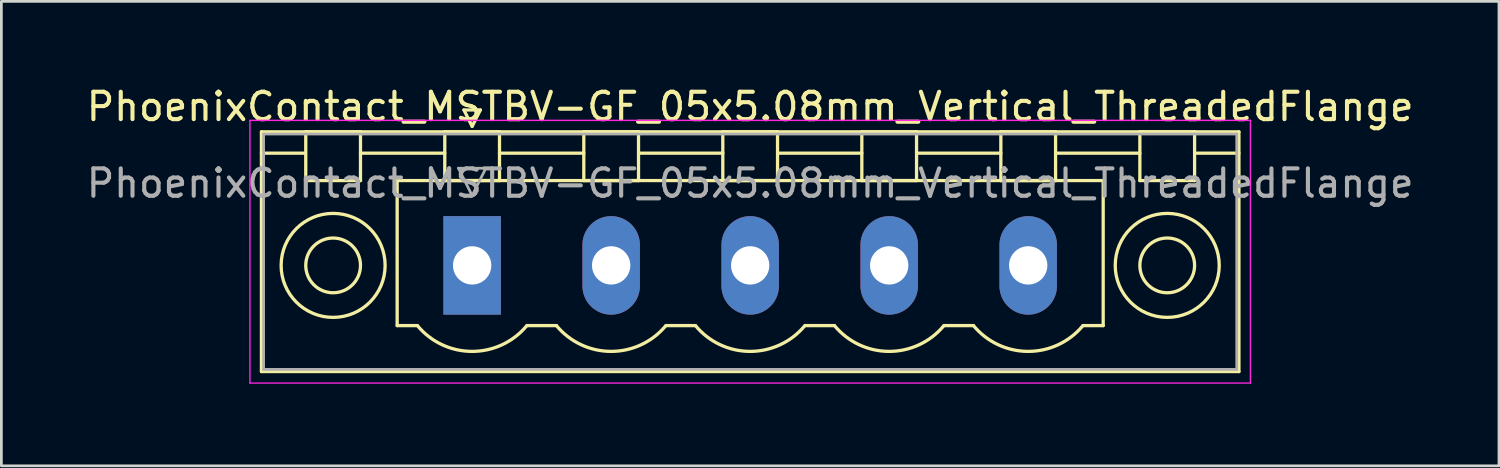
<source format=kicad_pcb>
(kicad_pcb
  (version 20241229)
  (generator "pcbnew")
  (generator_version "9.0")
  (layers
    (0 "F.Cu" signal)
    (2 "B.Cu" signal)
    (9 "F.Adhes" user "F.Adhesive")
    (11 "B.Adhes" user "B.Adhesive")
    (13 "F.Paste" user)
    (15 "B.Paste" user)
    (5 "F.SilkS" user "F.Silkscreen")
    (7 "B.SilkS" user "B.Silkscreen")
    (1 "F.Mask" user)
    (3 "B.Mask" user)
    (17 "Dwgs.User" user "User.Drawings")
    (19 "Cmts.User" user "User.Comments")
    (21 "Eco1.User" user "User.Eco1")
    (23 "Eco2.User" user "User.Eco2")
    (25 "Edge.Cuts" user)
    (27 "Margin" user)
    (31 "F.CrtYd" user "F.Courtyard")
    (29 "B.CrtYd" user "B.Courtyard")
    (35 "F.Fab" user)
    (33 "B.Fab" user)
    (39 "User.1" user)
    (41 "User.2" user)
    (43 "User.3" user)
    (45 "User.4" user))
  (footprint "PhoenixContact_MSTBV-GF_05x5.08mm_Vertical_ThreadedFlange"
    (layer "F.Cu")
    (at 14.203 6.648)
    (property "Reference" "PhoenixContact_MSTBV-GF_05x5.08mm_Vertical_ThreadedFlange" (at 10.16 -5.8 0) (layer "F.SilkS") (effects (font (size 1 1) (thickness 0.15))))
    (attr through_hole)
    (fp_line (start -7.7 -4.88) (end -7.7 3.88) (stroke (width 0.12) (type solid)) (layer "F.SilkS"))
    (fp_line (start -7.7 -4.1) (end -6.16 -4.1) (stroke (width 0.12) (type solid)) (layer "F.SilkS"))
    (fp_line (start -7.7 3.88) (end 28.02 3.88) (stroke (width 0.12) (type solid)) (layer "F.SilkS"))
    (fp_line (start -6.08 -4.88) (end -4.08 -4.88) (stroke (width 0.12) (type solid)) (layer "F.SilkS"))
    (fp_line (start -6.08 -3.1) (end -6.08 -4.88) (stroke (width 0.12) (type solid)) (layer "F.SilkS"))
    (fp_line (start -4.08 -4.88) (end -4.08 -3.1) (stroke (width 0.12) (type solid)) (layer "F.SilkS"))
    (fp_line (start -4.08 -4.1) (end -1 -4.1) (stroke (width 0.12) (type solid)) (layer "F.SilkS"))
    (fp_line (start -4.08 -3.1) (end -6.08 -3.1) (stroke (width 0.12) (type solid)) (layer "F.SilkS"))
    (fp_line (start -2.74 -3.1) (end 23.06 -3.1) (stroke (width 0.12) (type solid)) (layer "F.SilkS"))
    (fp_line (start -2.74 2.2) (end -2.74 -3.1) (stroke (width 0.12) (type solid)) (layer "F.SilkS"))
    (fp_line (start -2 2.2) (end -2.74 2.2) (stroke (width 0.12) (type solid)) (layer "F.SilkS"))
    (fp_line (start -1 -4.88) (end 1 -4.88) (stroke (width 0.12) (type solid)) (layer "F.SilkS"))
    (fp_line (start -1 -3.1) (end -1 -4.88) (stroke (width 0.12) (type solid)) (layer "F.SilkS"))
    (fp_line (start -0.3 -5.68) (end 0.3 -5.68) (stroke (width 0.12) (type solid)) (layer "F.SilkS"))
    (fp_line (start 0 -5.08) (end -0.3 -5.68) (stroke (width 0.12) (type solid)) (layer "F.SilkS"))
    (fp_line (start 0.3 -5.68) (end 0 -5.08) (stroke (width 0.12) (type solid)) (layer "F.SilkS"))
    (fp_line (start 1 -4.88) (end 1 -3.1) (stroke (width 0.12) (type solid)) (layer "F.SilkS"))
    (fp_line (start 1 -4.1) (end 4.08 -4.1) (stroke (width 0.12) (type solid)) (layer "F.SilkS"))
    (fp_line (start 1 -3.1) (end -1 -3.1) (stroke (width 0.12) (type solid)) (layer "F.SilkS"))
    (fp_line (start 2 2.2) (end 3.08 2.2) (stroke (width 0.12) (type solid)) (layer "F.SilkS"))
    (fp_line (start 4.08 -4.88) (end 6.08 -4.88) (stroke (width 0.12) (type solid)) (layer "F.SilkS"))
    (fp_line (start 4.08 -3.1) (end 4.08 -4.88) (stroke (width 0.12) (type solid)) (layer "F.SilkS"))
    (fp_line (start 6.08 -4.88) (end 6.08 -3.1) (stroke (width 0.12) (type solid)) (layer "F.SilkS"))
    (fp_line (start 6.08 -4.1) (end 9.16 -4.1) (stroke (width 0.12) (type solid)) (layer "F.SilkS"))
    (fp_line (start 6.08 -3.1) (end 4.08 -3.1) (stroke (width 0.12) (type solid)) (layer "F.SilkS"))
    (fp_line (start 7.08 2.2) (end 8.16 2.2) (stroke (width 0.12) (type solid)) (layer "F.SilkS"))
    (fp_line (start 9.16 -4.88) (end 11.16 -4.88) (stroke (width 0.12) (type solid)) (layer "F.SilkS"))
    (fp_line (start 9.16 -3.1) (end 9.16 -4.88) (stroke (width 0.12) (type solid)) (layer "F.SilkS"))
    (fp_line (start 11.16 -4.88) (end 11.16 -3.1) (stroke (width 0.12) (type solid)) (layer "F.SilkS"))
    (fp_line (start 11.16 -4.1) (end 14.24 -4.1) (stroke (width 0.12) (type solid)) (layer "F.SilkS"))
    (fp_line (start 11.16 -3.1) (end 9.16 -3.1) (stroke (width 0.12) (type solid)) (layer "F.SilkS"))
    (fp_line (start 12.16 2.2) (end 13.24 2.2) (stroke (width 0.12) (type solid)) (layer "F.SilkS"))
    (fp_line (start 14.24 -4.88) (end 16.24 -4.88) (stroke (width 0.12) (type solid)) (layer "F.SilkS"))
    (fp_line (start 14.24 -3.1) (end 14.24 -4.88) (stroke (width 0.12) (type solid)) (layer "F.SilkS"))
    (fp_line (start 16.24 -4.88) (end 16.24 -3.1) (stroke (width 0.12) (type solid)) (layer "F.SilkS"))
    (fp_line (start 16.24 -4.1) (end 19.32 -4.1) (stroke (width 0.12) (type solid)) (layer "F.SilkS"))
    (fp_line (start 16.24 -3.1) (end 14.24 -3.1) (stroke (width 0.12) (type solid)) (layer "F.SilkS"))
    (fp_line (start 17.24 2.2) (end 18.32 2.2) (stroke (width 0.12) (type solid)) (layer "F.SilkS"))
    (fp_line (start 19.32 -4.88) (end 21.32 -4.88) (stroke (width 0.12) (type solid)) (layer "F.SilkS"))
    (fp_line (start 19.32 -3.1) (end 19.32 -4.88) (stroke (width 0.12) (type solid)) (layer "F.SilkS"))
    (fp_line (start 21.32 -4.88) (end 21.32 -3.1) (stroke (width 0.12) (type solid)) (layer "F.SilkS"))
    (fp_line (start 21.32 -4.1) (end 24.4 -4.1) (stroke (width 0.12) (type solid)) (layer "F.SilkS"))
    (fp_line (start 21.32 -3.1) (end 19.32 -3.1) (stroke (width 0.12) (type solid)) (layer "F.SilkS"))
    (fp_line (start 23.06 -3.1) (end 23.06 2.2) (stroke (width 0.12) (type solid)) (layer "F.SilkS"))
    (fp_line (start 23.06 2.2) (end 22.32 2.2) (stroke (width 0.12) (type solid)) (layer "F.SilkS"))
    (fp_line (start 24.4 -4.88) (end 26.4 -4.88) (stroke (width 0.12) (type solid)) (layer "F.SilkS"))
    (fp_line (start 24.4 -3.1) (end 24.4 -4.88) (stroke (width 0.12) (type solid)) (layer "F.SilkS"))
    (fp_line (start 26.4 -4.88) (end 26.4 -3.1) (stroke (width 0.12) (type solid)) (layer "F.SilkS"))
    (fp_line (start 26.4 -3.1) (end 24.4 -3.1) (stroke (width 0.12) (type solid)) (layer "F.SilkS"))
    (fp_line (start 28.02 -4.88) (end -7.7 -4.88) (stroke (width 0.12) (type solid)) (layer "F.SilkS"))
    (fp_line (start 28.02 -4.1) (end 26.48 -4.1) (stroke (width 0.12) (type solid)) (layer "F.SilkS"))
    (fp_line (start 28.02 3.88) (end 28.02 -4.88) (stroke (width 0.12) (type solid)) (layer "F.SilkS"))
    (fp_arc (start 1.986842 2.215821) (mid -0.010289 3.142758) (end -2 2.2) (stroke (width 0.12) (type solid)) (layer "F.SilkS"))
    (fp_arc (start 7.066842 2.215821) (mid 5.069711 3.142758) (end 3.08 2.2) (stroke (width 0.12) (type solid)) (layer "F.SilkS"))
    (fp_arc (start 12.146842 2.215821) (mid 10.149711 3.142758) (end 8.16 2.2) (stroke (width 0.12) (type solid)) (layer "F.SilkS"))
    (fp_arc (start 17.226842 2.215821) (mid 15.229711 3.142758) (end 13.24 2.2) (stroke (width 0.12) (type solid)) (layer "F.SilkS"))
    (fp_arc (start 22.306842 2.215821) (mid 20.309711 3.142758) (end 18.32 2.2) (stroke (width 0.12) (type solid)) (layer "F.SilkS"))
    (fp_circle (center -5.08 0) (end -4.08 0) (stroke (width 0.12) (type solid)) (fill no) (layer "F.SilkS"))
    (fp_circle (center -5.08 0) (end -3.18 0) (stroke (width 0.12) (type solid)) (fill no) (layer "F.SilkS"))
    (fp_circle (center 25.4 0) (end 26.4 0) (stroke (width 0.12) (type solid)) (fill no) (layer "F.SilkS"))
    (fp_circle (center 25.4 0) (end 27.3 0) (stroke (width 0.12) (type solid)) (fill no) (layer "F.SilkS"))
    (fp_line (start -8.12 -5.3) (end -8.12 4.3) (stroke (width 0.05) (type solid)) (layer "F.CrtYd"))
    (fp_line (start -8.12 4.3) (end 28.44 4.3) (stroke (width 0.05) (type solid)) (layer "F.CrtYd"))
    (fp_line (start 28.44 -5.3) (end -8.12 -5.3) (stroke (width 0.05) (type solid)) (layer "F.CrtYd"))
    (fp_line (start 28.44 4.3) (end 28.44 -5.3) (stroke (width 0.05) (type solid)) (layer "F.CrtYd"))
    (fp_line (start -7.62 -4.8) (end -7.62 3.8) (stroke (width 0.1) (type solid)) (layer "F.Fab"))
    (fp_line (start -7.62 3.8) (end 27.94 3.8) (stroke (width 0.1) (type solid)) (layer "F.Fab"))
    (fp_line (start -0.5 -3.55) (end 0.5 -3.55) (stroke (width 0.1) (type solid)) (layer "F.Fab"))
    (fp_line (start 0 -2.55) (end -0.5 -3.55) (stroke (width 0.1) (type solid)) (layer "F.Fab"))
    (fp_line (start 0.5 -3.55) (end 0 -2.55) (stroke (width 0.1) (type solid)) (layer "F.Fab"))
    (fp_line (start 27.94 -4.8) (end -7.62 -4.8) (stroke (width 0.1) (type solid)) (layer "F.Fab"))
    (fp_line (start 27.94 3.8) (end 27.94 -4.8) (stroke (width 0.1) (type solid)) (layer "F.Fab"))
    (fp_text user "${REFERENCE}" (at 10.16 -3 0) (layer "F.Fab") (effects (font (size 1 1) (thickness 0.15))))
    (pad "1" thru_hole rect (at 0 0) (size 2.1 3.6) (drill 1.4) (layers "*.Cu" "*.Mask"))
    (pad "2" thru_hole oval (at 5.08 0) (size 2.1 3.6) (drill 1.4) (layers "*.Cu" "*.Mask"))
    (pad "3" thru_hole oval (at 10.16 0) (size 2.1 3.6) (drill 1.4) (layers "*.Cu" "*.Mask"))
    (pad "4" thru_hole oval (at 15.24 0) (size 2.1 3.6) (drill 1.4) (layers "*.Cu" "*.Mask"))
    (pad "5" thru_hole oval (at 20.32 0) (size 2.1 3.6) (drill 1.4) (layers "*.Cu" "*.Mask")))
  (gr_rect
    (start -3 -3)
    (end 51.726 13.973)
    (stroke (width 0.1) (type default))
    (fill no)
    (layer "Edge.Cuts")))
</source>
